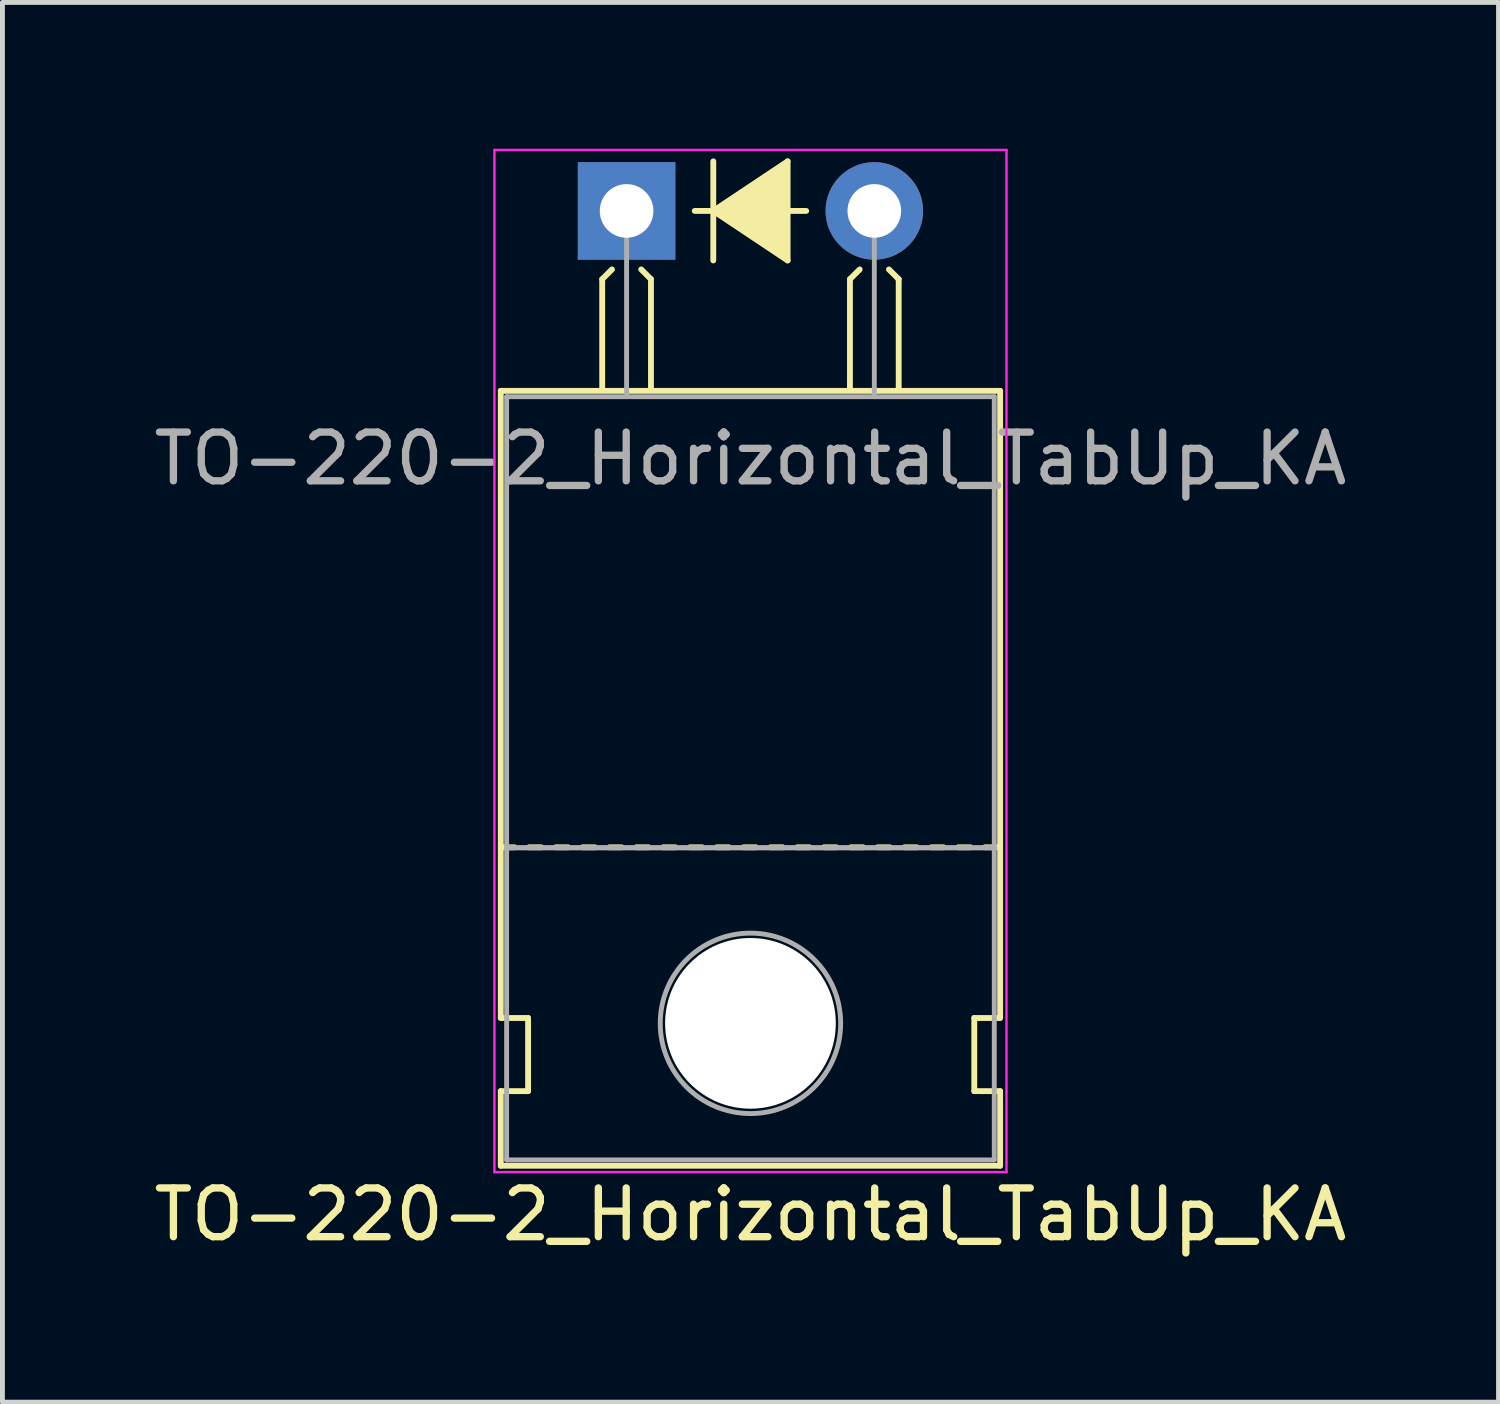
<source format=kicad_pcb>
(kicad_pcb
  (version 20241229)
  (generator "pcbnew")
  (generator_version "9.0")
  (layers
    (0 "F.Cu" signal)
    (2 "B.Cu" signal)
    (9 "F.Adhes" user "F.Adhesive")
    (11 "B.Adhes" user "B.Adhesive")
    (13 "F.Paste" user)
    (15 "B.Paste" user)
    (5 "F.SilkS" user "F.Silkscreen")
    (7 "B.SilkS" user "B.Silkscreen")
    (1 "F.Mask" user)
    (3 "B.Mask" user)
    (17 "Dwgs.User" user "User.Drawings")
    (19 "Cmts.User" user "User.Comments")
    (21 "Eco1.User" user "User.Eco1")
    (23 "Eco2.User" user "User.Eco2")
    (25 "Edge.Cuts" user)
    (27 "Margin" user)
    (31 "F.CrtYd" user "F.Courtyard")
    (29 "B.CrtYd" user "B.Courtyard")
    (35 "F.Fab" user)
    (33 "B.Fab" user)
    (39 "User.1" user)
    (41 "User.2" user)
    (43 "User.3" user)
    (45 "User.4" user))
  (footprint "TO-220-2_Horizontal_TabUp_KA"
    (layer "F.Cu")
    (at 9.799 1.275)
    (property "Reference" "TO-220-2_Horizontal_TabUp_KA" (at 2.54 20.58 0) (layer "F.SilkS") (effects (font (size 1 1) (thickness 0.15))))
    (attr through_hole)
    (fp_line (start -2.58 16.55) (end -2.58 3.69) (stroke (width 0.12) (type solid)) (layer "F.SilkS"))
    (fp_line (start -2.58 16.55) (end -2.02 16.55) (stroke (width 0.12) (type solid)) (layer "F.SilkS"))
    (fp_line (start -2.58 19.58) (end -2.58 18.05) (stroke (width 0.12) (type solid)) (layer "F.SilkS"))
    (fp_line (start -2.3 13.05) (end -2.55 13.05) (stroke (width 0.12) (type solid)) (layer "F.SilkS"))
    (fp_line (start -2.02 16.55) (end -2.02 18.05) (stroke (width 0.12) (type solid)) (layer "F.SilkS"))
    (fp_line (start -2.02 18.05) (end -2.58 18.05) (stroke (width 0.12) (type solid)) (layer "F.SilkS"))
    (fp_line (start -1.75 13.05) (end -2 13.05) (stroke (width 0.12) (type solid)) (layer "F.SilkS"))
    (fp_line (start -1.2 13.05) (end -1.45 13.05) (stroke (width 0.12) (type solid)) (layer "F.SilkS"))
    (fp_line (start -0.65 13.05) (end -0.9 13.05) (stroke (width 0.12) (type solid)) (layer "F.SilkS"))
    (fp_line (start -0.5 1.4) (end -0.3 1.2) (stroke (width 0.12) (type solid)) (layer "F.SilkS"))
    (fp_line (start -0.5 3.65) (end -0.5 1.4) (stroke (width 0.12) (type solid)) (layer "F.SilkS"))
    (fp_line (start -0.1 13.05) (end -0.35 13.05) (stroke (width 0.12) (type solid)) (layer "F.SilkS"))
    (fp_line (start 0.45 13.05) (end 0.2 13.05) (stroke (width 0.12) (type solid)) (layer "F.SilkS"))
    (fp_line (start 0.5 1.4) (end 0.3 1.2) (stroke (width 0.12) (type solid)) (layer "F.SilkS"))
    (fp_line (start 0.5 3.65) (end 0.5 1.4) (stroke (width 0.12) (type solid)) (layer "F.SilkS"))
    (fp_line (start 1 13.05) (end 0.75 13.05) (stroke (width 0.12) (type solid)) (layer "F.SilkS"))
    (fp_line (start 1.397 0) (end 1.778 0) (stroke (width 0.12) (type solid)) (layer "F.SilkS"))
    (fp_line (start 1.55 13.05) (end 1.3 13.05) (stroke (width 0.12) (type solid)) (layer "F.SilkS"))
    (fp_line (start 1.778 0) (end 1.778 -1.016) (stroke (width 0.12) (type solid)) (layer "F.SilkS"))
    (fp_line (start 1.778 0) (end 1.778 1.016) (stroke (width 0.12) (type solid)) (layer "F.SilkS"))
    (fp_line (start 1.778 0) (end 3.302 1.016) (stroke (width 0.12) (type solid)) (layer "F.SilkS"))
    (fp_line (start 2.1 13.05) (end 1.85 13.05) (stroke (width 0.12) (type solid)) (layer "F.SilkS"))
    (fp_line (start 2.65 13.05) (end 2.4 13.05) (stroke (width 0.12) (type solid)) (layer "F.SilkS"))
    (fp_line (start 3.2 13.05) (end 2.95 13.05) (stroke (width 0.12) (type solid)) (layer "F.SilkS"))
    (fp_line (start 3.302 -1.016) (end 1.778 0) (stroke (width 0.12) (type solid)) (layer "F.SilkS"))
    (fp_line (start 3.302 0) (end 3.683 0) (stroke (width 0.12) (type solid)) (layer "F.SilkS"))
    (fp_line (start 3.302 1.016) (end 3.302 -1.016) (stroke (width 0.12) (type solid)) (layer "F.SilkS"))
    (fp_line (start 3.75 13.05) (end 3.5 13.05) (stroke (width 0.12) (type solid)) (layer "F.SilkS"))
    (fp_line (start 4.3 13.05) (end 4.05 13.05) (stroke (width 0.12) (type solid)) (layer "F.SilkS"))
    (fp_line (start 4.58 1.4) (end 4.78 1.2) (stroke (width 0.12) (type solid)) (layer "F.SilkS"))
    (fp_line (start 4.58 3.65) (end 4.58 1.4) (stroke (width 0.12) (type solid)) (layer "F.SilkS"))
    (fp_line (start 4.85 13.05) (end 4.6 13.05) (stroke (width 0.12) (type solid)) (layer "F.SilkS"))
    (fp_line (start 5.4 13.05) (end 5.15 13.05) (stroke (width 0.12) (type solid)) (layer "F.SilkS"))
    (fp_line (start 5.58 1.4) (end 5.38 1.2) (stroke (width 0.12) (type solid)) (layer "F.SilkS"))
    (fp_line (start 5.58 3.65) (end 5.58 1.4) (stroke (width 0.12) (type solid)) (layer "F.SilkS"))
    (fp_line (start 5.95 13.05) (end 5.7 13.05) (stroke (width 0.12) (type solid)) (layer "F.SilkS"))
    (fp_line (start 6.5 13.05) (end 6.25 13.05) (stroke (width 0.12) (type solid)) (layer "F.SilkS"))
    (fp_line (start 7.05 13.05) (end 6.8 13.05) (stroke (width 0.12) (type solid)) (layer "F.SilkS"))
    (fp_line (start 7.13 16.55) (end 7.655 16.55) (stroke (width 0.12) (type solid)) (layer "F.SilkS"))
    (fp_line (start 7.13 18.05) (end 7.13 16.55) (stroke (width 0.12) (type solid)) (layer "F.SilkS"))
    (fp_line (start 7.6 13.05) (end 7.35 13.05) (stroke (width 0.12) (type solid)) (layer "F.SilkS"))
    (fp_line (start 7.66 3.69) (end -2.58 3.69) (stroke (width 0.12) (type solid)) (layer "F.SilkS"))
    (fp_line (start 7.66 16.55) (end 7.66 3.69) (stroke (width 0.12) (type solid)) (layer "F.SilkS"))
    (fp_line (start 7.66 18.05) (end 7.13 18.05) (stroke (width 0.12) (type solid)) (layer "F.SilkS"))
    (fp_line (start 7.66 19.58) (end -2.58 19.58) (stroke (width 0.12) (type solid)) (layer "F.SilkS"))
    (fp_line (start 7.66 19.58) (end 7.66 18.05) (stroke (width 0.12) (type solid)) (layer "F.SilkS"))
    (fp_poly (pts (xy 3.3 1) (xy 1.8 0) (xy 3.3 -1)) (stroke (width 0.1) (type solid)) (fill yes) (layer "F.SilkS"))
    (fp_line (start -2.71 -1.25) (end -2.71 19.71) (stroke (width 0.05) (type solid)) (layer "F.CrtYd"))
    (fp_line (start -2.71 19.71) (end 7.79 19.71) (stroke (width 0.05) (type solid)) (layer "F.CrtYd"))
    (fp_line (start 7.79 -1.25) (end -2.71 -1.25) (stroke (width 0.05) (type solid)) (layer "F.CrtYd"))
    (fp_line (start 7.79 19.71) (end 7.79 -1.25) (stroke (width 0.05) (type solid)) (layer "F.CrtYd"))
    (fp_line (start -2.46 3.81) (end -2.46 13.06) (stroke (width 0.1) (type solid)) (layer "F.Fab"))
    (fp_line (start -2.46 13.06) (end -2.46 19.46) (stroke (width 0.1) (type solid)) (layer "F.Fab"))
    (fp_line (start -2.46 13.06) (end 7.54 13.06) (stroke (width 0.1) (type solid)) (layer "F.Fab"))
    (fp_line (start -2.46 19.46) (end 7.54 19.46) (stroke (width 0.1) (type solid)) (layer "F.Fab"))
    (fp_line (start 0 3.81) (end 0 0) (stroke (width 0.1) (type solid)) (layer "F.Fab"))
    (fp_line (start 5.08 3.81) (end 5.08 0) (stroke (width 0.1) (type solid)) (layer "F.Fab"))
    (fp_line (start 7.54 3.81) (end -2.46 3.81) (stroke (width 0.1) (type solid)) (layer "F.Fab"))
    (fp_line (start 7.54 13.06) (end -2.46 13.06) (stroke (width 0.1) (type solid)) (layer "F.Fab"))
    (fp_line (start 7.54 13.06) (end 7.54 3.81) (stroke (width 0.1) (type solid)) (layer "F.Fab"))
    (fp_line (start 7.54 19.46) (end 7.54 13.06) (stroke (width 0.1) (type solid)) (layer "F.Fab"))
    (fp_circle (center 2.54 16.66) (end 4.39 16.66) (stroke (width 0.1) (type solid)) (fill no) (layer "F.Fab"))
    (fp_text user "${REFERENCE}" (at 2.54 5.08 0) (layer "F.Fab") (effects (font (size 1 1) (thickness 0.15))))
    (pad "" np_thru_hole oval (at 2.54 16.66) (size 3.5 3.5) (drill 3.5) (layers "*.Cu" "*.Mask"))
    (pad "1" thru_hole rect (at 0 0) (size 2 2) (drill 1.1) (layers "*.Cu" "*.Mask"))
    (pad "2" thru_hole oval (at 5.08 0) (size 2 2) (drill 1.1) (layers "*.Cu" "*.Mask")))
  (gr_rect
    (start -3 -3)
    (end 27.679 25.703)
    (stroke (width 0.1) (type default))
    (fill no)
    (layer "Edge.Cuts")))
</source>
